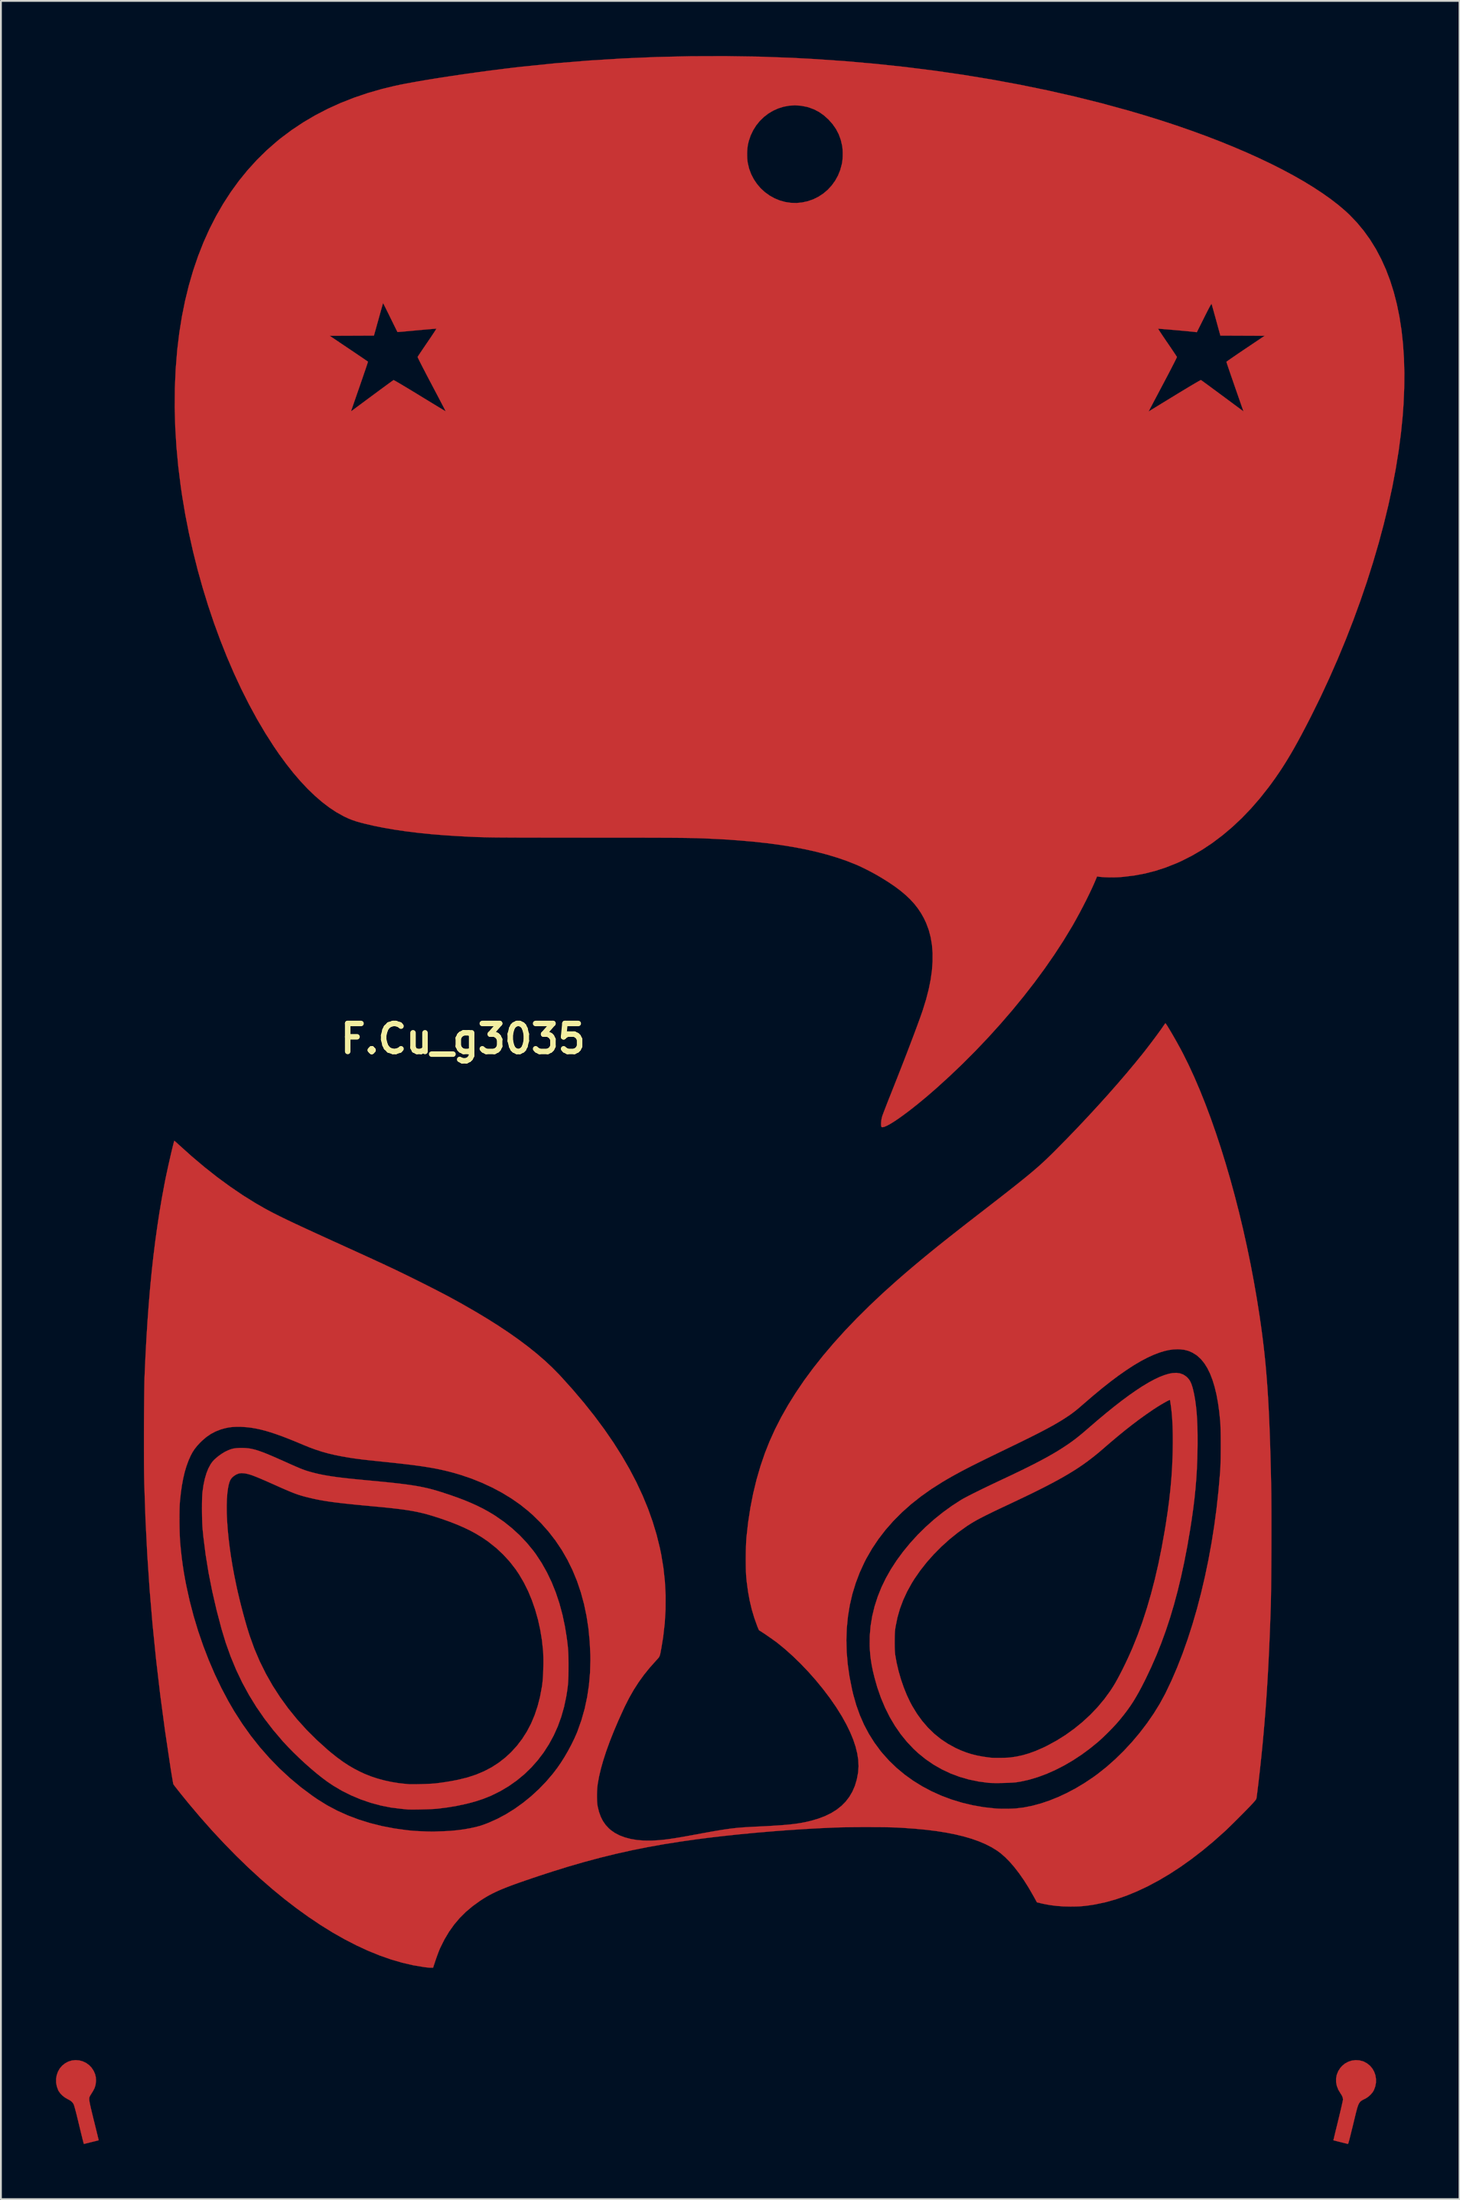
<source format=kicad_pcb>
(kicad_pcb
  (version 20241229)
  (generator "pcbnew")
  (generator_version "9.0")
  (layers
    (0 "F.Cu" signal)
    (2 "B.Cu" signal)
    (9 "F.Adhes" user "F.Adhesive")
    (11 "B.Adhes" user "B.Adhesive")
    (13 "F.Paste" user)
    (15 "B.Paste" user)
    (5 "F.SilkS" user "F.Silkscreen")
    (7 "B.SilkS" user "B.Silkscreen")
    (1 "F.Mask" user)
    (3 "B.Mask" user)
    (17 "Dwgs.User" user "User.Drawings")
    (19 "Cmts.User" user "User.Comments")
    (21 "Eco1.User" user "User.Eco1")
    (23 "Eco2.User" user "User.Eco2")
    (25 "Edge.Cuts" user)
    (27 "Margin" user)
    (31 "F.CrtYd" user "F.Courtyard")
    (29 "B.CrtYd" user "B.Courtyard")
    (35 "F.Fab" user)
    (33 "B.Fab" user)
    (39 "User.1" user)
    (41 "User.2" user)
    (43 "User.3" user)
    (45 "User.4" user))
  (footprint "F.Cu_g3035"
    (layer "F.Cu")
    (at 22.161 53.515)
    (property "Reference" "F.Cu_g3035" (at 0 0 0) (layer "F.SilkS") (effects (font (size 1.524 1.524) (thickness 0.3))))
    (attr through_hole)
    (fp_poly (pts (xy 48.801 55.624) (xy 48.999 55.674) (xy 49.05 55.693) (xy 49.234 55.793) (xy 49.391 55.921) (xy 49.52 56.074) (xy 49.618 56.248) (xy 49.684 56.437) (xy 49.716 56.637) (xy 49.714 56.843) (xy 49.675 57.052) (xy 49.6 57.252) (xy 49.528 57.37) (xy 49.427 57.488) (xy 49.306 57.598) (xy 49.177 57.687) (xy 49.117 57.719) (xy 49.03 57.761) (xy 48.958 57.801) (xy 48.897 57.843) (xy 48.847 57.891) (xy 48.803 57.95) (xy 48.764 58.025) (xy 48.727 58.119) (xy 48.689 58.238) (xy 48.649 58.386) (xy 48.604 58.567) (xy 48.566 58.723) (xy 48.497 59.008) (xy 48.437 59.255) (xy 48.385 59.466) (xy 48.341 59.644) (xy 48.304 59.791) (xy 48.274 59.909) (xy 48.249 60.002) (xy 48.229 60.072) (xy 48.214 60.122) (xy 48.202 60.154) (xy 48.193 60.171) (xy 48.187 60.175) (xy 48.16 60.169) (xy 48.099 60.155) (xy 48.011 60.133) (xy 47.903 60.106) (xy 47.784 60.076) (xy 47.663 60.046) (xy 47.558 60.019) (xy 47.475 59.998) (xy 47.42 59.983) (xy 47.399 59.977) (xy 47.403 59.957) (xy 47.416 59.899) (xy 47.438 59.808) (xy 47.467 59.687) (xy 47.502 59.541) (xy 47.543 59.372) (xy 47.589 59.185) (xy 47.638 58.984) (xy 47.658 58.901) (xy 47.709 58.692) (xy 47.756 58.494) (xy 47.8 58.31) (xy 47.838 58.146) (xy 47.87 58.004) (xy 47.895 57.89) (xy 47.913 57.807) (xy 47.921 57.759) (xy 47.921 57.752) (xy 47.904 57.646) (xy 47.851 57.527) (xy 47.785 57.424) (xy 47.665 57.225) (xy 47.585 57.021) (xy 47.545 56.815) (xy 47.544 56.61) (xy 47.582 56.409) (xy 47.659 56.217) (xy 47.775 56.037) (xy 47.868 55.931) (xy 48.026 55.8) (xy 48.204 55.703) (xy 48.397 55.64) (xy 48.598 55.613) (xy 48.801 55.624)) (stroke (width 0.01) (type solid)) (fill yes) (layer "F.Cu"))
    (fp_poly (pts (xy -20.897 55.628) (xy -20.706 55.68) (xy -20.526 55.765) (xy -20.363 55.881) (xy -20.223 56.027) (xy -20.11 56.2) (xy -20.102 56.216) (xy -20.033 56.379) (xy -19.995 56.539) (xy -19.984 56.71) (xy -19.987 56.79) (xy -20.011 56.973) (xy -20.064 57.14) (xy -20.151 57.306) (xy -20.16 57.32) (xy -20.229 57.43) (xy -20.279 57.512) (xy -20.314 57.571) (xy -20.335 57.616) (xy -20.346 57.653) (xy -20.35 57.69) (xy -20.351 57.733) (xy -20.35 57.764) (xy -20.347 57.81) (xy -20.337 57.878) (xy -20.32 57.969) (xy -20.295 58.087) (xy -20.262 58.233) (xy -20.22 58.412) (xy -20.168 58.625) (xy -20.107 58.876) (xy -20.091 58.937) (xy -20.041 59.139) (xy -19.995 59.328) (xy -19.952 59.501) (xy -19.915 59.653) (xy -19.884 59.78) (xy -19.861 59.878) (xy -19.845 59.945) (xy -19.839 59.975) (xy -19.839 59.976) (xy -19.86 59.982) (xy -19.914 59.996) (xy -19.994 60.017) (xy -20.092 60.041) (xy -20.201 60.068) (xy -20.312 60.096) (xy -20.418 60.123) (xy -20.512 60.146) (xy -20.586 60.164) (xy -20.632 60.174) (xy -20.643 60.177) (xy -20.65 60.158) (xy -20.665 60.105) (xy -20.686 60.025) (xy -20.712 59.927) (xy -20.719 59.896) (xy -20.741 59.808) (xy -20.771 59.685) (xy -20.808 59.536) (xy -20.849 59.367) (xy -20.893 59.186) (xy -20.938 58.999) (xy -20.968 58.875) (xy -21.011 58.7) (xy -21.052 58.533) (xy -21.092 58.381) (xy -21.127 58.249) (xy -21.157 58.143) (xy -21.18 58.068) (xy -21.193 58.032) (xy -21.243 57.944) (xy -21.312 57.869) (xy -21.408 57.799) (xy -21.537 57.73) (xy -21.544 57.726) (xy -21.684 57.644) (xy -21.817 57.538) (xy -21.932 57.418) (xy -22.02 57.294) (xy -22.041 57.252) (xy -22.117 57.046) (xy -22.155 56.838) (xy -22.156 56.631) (xy -22.122 56.431) (xy -22.055 56.243) (xy -21.957 56.07) (xy -21.828 55.917) (xy -21.67 55.79) (xy -21.491 55.693) (xy -21.295 55.633) (xy -21.096 55.612) (xy -20.897 55.628)) (stroke (width 0.01) (type solid)) (fill yes) (layer "F.Cu"))
    (fp_poly (pts (xy 39.041 18.217) (xy 39.218 18.281) (xy 39.378 18.385) (xy 39.45 18.45) (xy 39.533 18.546) (xy 39.603 18.658) (xy 39.664 18.793) (xy 39.719 18.959) (xy 39.75 19.074) (xy 39.814 19.356) (xy 39.868 19.659) (xy 39.912 19.985) (xy 39.948 20.337) (xy 39.974 20.718) (xy 39.992 21.131) (xy 40 21.578) (xy 40.001 22.063) (xy 39.998 22.278) (xy 39.986 22.851) (xy 39.964 23.405) (xy 39.931 23.949) (xy 39.887 24.49) (xy 39.831 25.038) (xy 39.762 25.6) (xy 39.68 26.186) (xy 39.591 26.755) (xy 39.44 27.636) (xy 39.277 28.479) (xy 39.103 29.286) (xy 38.916 30.062) (xy 38.716 30.808) (xy 38.502 31.528) (xy 38.272 32.224) (xy 38.026 32.901) (xy 37.763 33.559) (xy 37.482 34.203) (xy 37.182 34.836) (xy 37.128 34.946) (xy 36.96 35.275) (xy 36.802 35.57) (xy 36.649 35.839) (xy 36.497 36.09) (xy 36.34 36.328) (xy 36.174 36.561) (xy 35.995 36.797) (xy 35.799 37.041) (xy 35.719 37.137) (xy 35.594 37.281) (xy 35.444 37.444) (xy 35.277 37.618) (xy 35.102 37.796) (xy 34.925 37.968) (xy 34.756 38.128) (xy 34.601 38.267) (xy 34.576 38.289) (xy 34.133 38.65) (xy 33.677 38.985) (xy 33.211 39.291) (xy 32.738 39.567) (xy 32.261 39.811) (xy 31.784 40.023) (xy 31.31 40.199) (xy 30.841 40.34) (xy 30.382 40.443) (xy 30.141 40.482) (xy 30.036 40.493) (xy 29.896 40.503) (xy 29.732 40.512) (xy 29.55 40.518) (xy 29.361 40.523) (xy 29.173 40.526) (xy 28.994 40.526) (xy 28.832 40.524) (xy 28.697 40.519) (xy 28.613 40.513) (xy 28.068 40.441) (xy 27.541 40.331) (xy 27.031 40.183) (xy 26.541 39.999) (xy 26.071 39.777) (xy 25.621 39.52) (xy 25.194 39.227) (xy 24.79 38.899) (xy 24.546 38.673) (xy 24.178 38.285) (xy 23.837 37.865) (xy 23.525 37.414) (xy 23.24 36.933) (xy 22.985 36.422) (xy 22.758 35.883) (xy 22.56 35.315) (xy 22.407 34.773) (xy 22.324 34.432) (xy 22.26 34.117) (xy 22.211 33.818) (xy 22.176 33.522) (xy 22.154 33.22) (xy 22.147 33.052) (xy 22.148 32.911) (xy 23.506 32.911) (xy 23.508 33.088) (xy 23.513 33.253) (xy 23.521 33.397) (xy 23.531 33.51) (xy 23.534 33.539) (xy 23.614 33.983) (xy 23.72 34.434) (xy 23.849 34.881) (xy 24 35.318) (xy 24.168 35.735) (xy 24.352 36.124) (xy 24.458 36.322) (xy 24.721 36.753) (xy 25.009 37.149) (xy 25.321 37.51) (xy 25.657 37.837) (xy 26.018 38.13) (xy 26.404 38.388) (xy 26.808 38.609) (xy 27.102 38.744) (xy 27.392 38.857) (xy 27.688 38.951) (xy 27.998 39.028) (xy 28.33 39.09) (xy 28.695 39.14) (xy 28.734 39.145) (xy 28.805 39.15) (xy 28.91 39.153) (xy 29.038 39.155) (xy 29.181 39.155) (xy 29.329 39.153) (xy 29.473 39.151) (xy 29.603 39.146) (xy 29.71 39.141) (xy 29.763 39.137) (xy 30.116 39.088) (xy 30.469 39.013) (xy 30.827 38.908) (xy 31.196 38.772) (xy 31.582 38.604) (xy 31.802 38.498) (xy 32.314 38.22) (xy 32.81 37.91) (xy 33.285 37.568) (xy 33.738 37.199) (xy 34.165 36.804) (xy 34.562 36.388) (xy 34.926 35.952) (xy 35.255 35.499) (xy 35.418 35.247) (xy 35.531 35.058) (xy 35.654 34.836) (xy 35.786 34.587) (xy 35.923 34.319) (xy 36.061 34.037) (xy 36.197 33.75) (xy 36.327 33.463) (xy 36.45 33.183) (xy 36.466 33.146) (xy 36.741 32.46) (xy 37 31.746) (xy 37.241 31.004) (xy 37.466 30.23) (xy 37.675 29.424) (xy 37.869 28.584) (xy 38.047 27.708) (xy 38.211 26.794) (xy 38.27 26.437) (xy 38.372 25.757) (xy 38.458 25.108) (xy 38.527 24.482) (xy 38.58 23.873) (xy 38.618 23.271) (xy 38.642 22.671) (xy 38.647 22.479) (xy 38.654 21.979) (xy 38.652 21.52) (xy 38.641 21.097) (xy 38.621 20.711) (xy 38.593 20.359) (xy 38.556 20.039) (xy 38.543 19.952) (xy 38.528 19.849) (xy 38.515 19.763) (xy 38.506 19.701) (xy 38.502 19.671) (xy 38.502 19.67) (xy 38.485 19.667) (xy 38.437 19.684) (xy 38.362 19.72) (xy 38.265 19.771) (xy 38.151 19.836) (xy 38.022 19.912) (xy 37.885 19.995) (xy 37.742 20.085) (xy 37.599 20.178) (xy 37.571 20.197) (xy 37.209 20.446) (xy 36.842 20.709) (xy 36.467 20.992) (xy 36.08 21.295) (xy 35.677 21.623) (xy 35.254 21.979) (xy 34.872 22.309) (xy 34.65 22.499) (xy 34.429 22.681) (xy 34.207 22.856) (xy 33.981 23.026) (xy 33.75 23.192) (xy 33.509 23.356) (xy 33.256 23.518) (xy 32.989 23.682) (xy 32.706 23.848) (xy 32.403 24.018) (xy 32.077 24.193) (xy 31.727 24.376) (xy 31.35 24.567) (xy 30.943 24.768) (xy 30.503 24.98) (xy 30.027 25.206) (xy 29.75 25.337) (xy 29.428 25.488) (xy 29.141 25.624) (xy 28.886 25.746) (xy 28.661 25.856) (xy 28.46 25.955) (xy 28.283 26.045) (xy 28.124 26.128) (xy 27.981 26.205) (xy 27.851 26.279) (xy 27.73 26.35) (xy 27.615 26.421) (xy 27.503 26.493) (xy 27.432 26.54) (xy 26.954 26.882) (xy 26.493 27.253) (xy 26.053 27.65) (xy 25.638 28.069) (xy 25.251 28.504) (xy 24.897 28.954) (xy 24.579 29.413) (xy 24.442 29.633) (xy 24.185 30.097) (xy 23.97 30.562) (xy 23.794 31.032) (xy 23.657 31.511) (xy 23.557 32.001) (xy 23.534 32.152) (xy 23.523 32.257) (xy 23.515 32.395) (xy 23.51 32.555) (xy 23.507 32.73) (xy 23.506 32.911) (xy 22.148 32.911) (xy 22.151 32.514) (xy 22.196 31.977) (xy 22.284 31.441) (xy 22.413 30.907) (xy 22.584 30.375) (xy 22.788 29.866) (xy 23.026 29.373) (xy 23.304 28.882) (xy 23.619 28.398) (xy 23.969 27.923) (xy 24.35 27.459) (xy 24.76 27.01) (xy 25.197 26.579) (xy 25.658 26.168) (xy 26.14 25.781) (xy 26.64 25.42) (xy 27.119 25.111) (xy 27.222 25.051) (xy 27.36 24.976) (xy 27.532 24.886) (xy 27.733 24.783) (xy 27.962 24.669) (xy 28.216 24.544) (xy 28.491 24.41) (xy 28.785 24.269) (xy 29.095 24.122) (xy 29.326 24.013) (xy 29.769 23.805) (xy 30.176 23.61) (xy 30.55 23.429) (xy 30.893 23.258) (xy 31.209 23.097) (xy 31.5 22.945) (xy 31.77 22.799) (xy 32.021 22.657) (xy 32.257 22.52) (xy 32.48 22.384) (xy 32.694 22.248) (xy 32.837 22.153) (xy 33.032 22.02) (xy 33.217 21.887) (xy 33.402 21.747) (xy 33.592 21.595) (xy 33.797 21.425) (xy 34.023 21.23) (xy 34.042 21.214) (xy 34.538 20.786) (xy 35.009 20.392) (xy 35.456 20.031) (xy 35.878 19.703) (xy 36.277 19.408) (xy 36.652 19.146) (xy 37.004 18.915) (xy 37.334 18.717) (xy 37.642 18.551) (xy 37.927 18.416) (xy 38.191 18.313) (xy 38.435 18.24) (xy 38.632 18.202) (xy 38.845 18.19) (xy 39.041 18.217)) (stroke (width 0.01) (type solid)) (fill yes) (layer "F.Cu"))
    (fp_poly (pts (xy -11.932 22.28) (xy -11.804 22.287) (xy -11.679 22.3) (xy -11.551 22.32) (xy -11.418 22.349) (xy -11.276 22.386) (xy -11.122 22.435) (xy -10.952 22.495) (xy -10.762 22.568) (xy -10.549 22.655) (xy -10.309 22.757) (xy -10.039 22.876) (xy -9.734 23.011) (xy -9.694 23.029) (xy -9.465 23.132) (xy -9.269 23.219) (xy -9.103 23.292) (xy -8.96 23.353) (xy -8.837 23.404) (xy -8.729 23.446) (xy -8.631 23.482) (xy -8.539 23.514) (xy -8.447 23.543) (xy -8.367 23.566) (xy -8.185 23.617) (xy -7.999 23.664) (xy -7.806 23.708) (xy -7.603 23.749) (xy -7.386 23.788) (xy -7.152 23.825) (xy -6.896 23.862) (xy -6.616 23.897) (xy -6.308 23.933) (xy -5.968 23.969) (xy -5.593 24.006) (xy -5.179 24.045) (xy -5.175 24.046) (xy -4.739 24.086) (xy -4.341 24.125) (xy -3.979 24.162) (xy -3.649 24.198) (xy -3.348 24.233) (xy -3.073 24.268) (xy -2.821 24.304) (xy -2.587 24.341) (xy -2.37 24.379) (xy -2.165 24.42) (xy -1.969 24.463) (xy -1.78 24.509) (xy -1.593 24.559) (xy -1.405 24.614) (xy -1.213 24.673) (xy -1.19 24.68) (xy -0.732 24.83) (xy -0.31 24.978) (xy 0.078 25.125) (xy 0.437 25.274) (xy 0.772 25.426) (xy 1.088 25.583) (xy 1.388 25.748) (xy 1.678 25.922) (xy 1.767 25.979) (xy 2.235 26.304) (xy 2.678 26.659) (xy 3.094 27.042) (xy 3.479 27.449) (xy 3.83 27.876) (xy 3.972 28.068) (xy 4.286 28.547) (xy 4.572 29.056) (xy 4.829 29.593) (xy 5.056 30.159) (xy 5.253 30.752) (xy 5.419 31.37) (xy 5.554 32.013) (xy 5.639 32.535) (xy 5.668 32.746) (xy 5.691 32.932) (xy 5.709 33.101) (xy 5.723 33.262) (xy 5.733 33.424) (xy 5.74 33.595) (xy 5.744 33.785) (xy 5.746 34.002) (xy 5.746 34.184) (xy 5.745 34.438) (xy 5.742 34.658) (xy 5.735 34.851) (xy 5.726 35.027) (xy 5.712 35.194) (xy 5.693 35.359) (xy 5.669 35.531) (xy 5.639 35.719) (xy 5.619 35.837) (xy 5.501 36.393) (xy 5.347 36.931) (xy 5.159 37.448) (xy 4.936 37.942) (xy 4.679 38.414) (xy 4.391 38.862) (xy 4.071 39.283) (xy 3.721 39.678) (xy 3.342 40.045) (xy 2.934 40.382) (xy 2.499 40.689) (xy 2.037 40.964) (xy 1.55 41.205) (xy 1.512 41.223) (xy 1.101 41.387) (xy 0.654 41.533) (xy 0.169 41.661) (xy -0.35 41.771) (xy -0.905 41.862) (xy -1.376 41.921) (xy -1.466 41.929) (xy -1.587 41.937) (xy -1.733 41.944) (xy -1.896 41.951) (xy -2.071 41.956) (xy -2.249 41.961) (xy -2.425 41.965) (xy -2.592 41.967) (xy -2.742 41.968) (xy -2.87 41.967) (xy -2.969 41.965) (xy -3.027 41.961) (xy -3.077 41.956) (xy -3.158 41.948) (xy -3.258 41.939) (xy -3.365 41.929) (xy -3.921 41.86) (xy -4.474 41.75) (xy -5.022 41.603) (xy -5.56 41.419) (xy -6.083 41.2) (xy -6.588 40.949) (xy -7.068 40.665) (xy -7.388 40.449) (xy -7.672 40.238) (xy -7.973 39.998) (xy -8.285 39.735) (xy -8.602 39.455) (xy -8.916 39.163) (xy -9.222 38.867) (xy -9.513 38.571) (xy -9.783 38.282) (xy -9.823 38.237) (xy -10.338 37.632) (xy -10.815 37.012) (xy -11.254 36.377) (xy -11.656 35.723) (xy -12.023 35.049) (xy -12.354 34.353) (xy -12.652 33.634) (xy -12.918 32.889) (xy -13.143 32.15) (xy -13.417 31.109) (xy -13.653 30.087) (xy -13.852 29.083) (xy -14.012 28.096) (xy -14.135 27.126) (xy -14.174 26.733) (xy -14.186 26.58) (xy -14.196 26.399) (xy -14.203 26.196) (xy -14.209 25.979) (xy -14.212 25.756) (xy -14.213 25.533) (xy -14.212 25.448) (xy -12.867 25.448) (xy -12.863 25.843) (xy -12.844 26.265) (xy -12.812 26.712) (xy -12.767 27.18) (xy -12.708 27.667) (xy -12.637 28.17) (xy -12.553 28.686) (xy -12.456 29.211) (xy -12.347 29.743) (xy -12.274 30.078) (xy -12.181 30.474) (xy -12.082 30.874) (xy -11.978 31.27) (xy -11.873 31.653) (xy -11.769 32.015) (xy -11.666 32.348) (xy -11.611 32.518) (xy -11.357 33.222) (xy -11.064 33.908) (xy -10.732 34.576) (xy -10.363 35.226) (xy -9.956 35.856) (xy -9.512 36.468) (xy -9.031 37.06) (xy -8.514 37.633) (xy -7.959 38.184) (xy -7.369 38.716) (xy -7.197 38.861) (xy -6.863 39.128) (xy -6.542 39.363) (xy -6.224 39.571) (xy -5.903 39.758) (xy -5.569 39.928) (xy -5.346 40.03) (xy -5.015 40.162) (xy -4.655 40.281) (xy -4.276 40.384) (xy -3.892 40.467) (xy -3.512 40.529) (xy -3.291 40.555) (xy -3.187 40.565) (xy -3.088 40.574) (xy -3.01 40.582) (xy -2.974 40.585) (xy -2.903 40.589) (xy -2.797 40.591) (xy -2.663 40.591) (xy -2.509 40.589) (xy -2.343 40.585) (xy -2.171 40.581) (xy -2 40.575) (xy -1.839 40.568) (xy -1.694 40.56) (xy -1.574 40.552) (xy -1.503 40.545) (xy -1.227 40.511) (xy -0.927 40.467) (xy -0.618 40.415) (xy -0.317 40.357) (xy -0.245 40.342) (xy 0.248 40.22) (xy 0.713 40.067) (xy 1.15 39.883) (xy 1.56 39.668) (xy 1.945 39.42) (xy 2.305 39.139) (xy 2.614 38.852) (xy 2.936 38.501) (xy 3.225 38.122) (xy 3.483 37.717) (xy 3.709 37.284) (xy 3.903 36.824) (xy 4.066 36.336) (xy 4.198 35.82) (xy 4.299 35.276) (xy 4.32 35.126) (xy 4.338 34.964) (xy 4.353 34.769) (xy 4.365 34.55) (xy 4.373 34.318) (xy 4.378 34.08) (xy 4.379 33.848) (xy 4.376 33.63) (xy 4.369 33.435) (xy 4.362 33.325) (xy 4.3 32.744) (xy 4.206 32.174) (xy 4.083 31.618) (xy 3.93 31.079) (xy 3.75 30.561) (xy 3.544 30.066) (xy 3.311 29.599) (xy 3.054 29.162) (xy 2.873 28.892) (xy 2.552 28.479) (xy 2.197 28.09) (xy 1.813 27.73) (xy 1.4 27.4) (xy 1.306 27.332) (xy 1.015 27.135) (xy 0.711 26.951) (xy 0.392 26.777) (xy 0.05 26.613) (xy -0.317 26.454) (xy -0.716 26.298) (xy -1.151 26.144) (xy -1.27 26.104) (xy -1.496 26.031) (xy -1.71 25.964) (xy -1.916 25.904) (xy -2.118 25.85) (xy -2.319 25.801) (xy -2.525 25.756) (xy -2.739 25.715) (xy -2.965 25.676) (xy -3.207 25.64) (xy -3.47 25.605) (xy -3.758 25.571) (xy -4.074 25.536) (xy -4.423 25.501) (xy -4.809 25.465) (xy -4.932 25.453) (xy -5.351 25.414) (xy -5.73 25.378) (xy -6.075 25.343) (xy -6.387 25.31) (xy -6.67 25.278) (xy -6.928 25.247) (xy -7.164 25.216) (xy -7.38 25.185) (xy -7.582 25.152) (xy -7.771 25.119) (xy -7.951 25.084) (xy -8.126 25.047) (xy -8.299 25.007) (xy -8.435 24.974) (xy -8.579 24.938) (xy -8.71 24.903) (xy -8.833 24.867) (xy -8.953 24.83) (xy -9.074 24.788) (xy -9.203 24.74) (xy -9.343 24.685) (xy -9.5 24.62) (xy -9.678 24.544) (xy -9.883 24.455) (xy -10.118 24.35) (xy -10.246 24.293) (xy -10.515 24.173) (xy -10.748 24.07) (xy -10.951 23.983) (xy -11.126 23.909) (xy -11.277 23.847) (xy -11.407 23.797) (xy -11.52 23.756) (xy -11.62 23.724) (xy -11.709 23.699) (xy -11.793 23.68) (xy -11.873 23.665) (xy -11.897 23.662) (xy -12.055 23.649) (xy -12.193 23.665) (xy -12.325 23.714) (xy -12.419 23.768) (xy -12.521 23.843) (xy -12.603 23.925) (xy -12.667 24.021) (xy -12.717 24.139) (xy -12.759 24.285) (xy -12.793 24.46) (xy -12.833 24.754) (xy -12.857 25.084) (xy -12.867 25.448) (xy -14.212 25.448) (xy -14.212 25.317) (xy -14.208 25.115) (xy -14.202 24.936) (xy -14.194 24.785) (xy -14.185 24.68) (xy -14.131 24.303) (xy -14.059 23.963) (xy -13.97 23.659) (xy -13.864 23.393) (xy -13.741 23.165) (xy -13.636 23.018) (xy -13.545 22.92) (xy -13.426 22.812) (xy -13.289 22.703) (xy -13.145 22.601) (xy -13.003 22.513) (xy -12.926 22.471) (xy -12.773 22.4) (xy -12.636 22.348) (xy -12.502 22.312) (xy -12.36 22.291) (xy -12.197 22.28) (xy -12.065 22.279) (xy -11.932 22.28)) (stroke (width 0.01) (type solid)) (fill yes) (layer "F.Cu"))
    (fp_poly (pts (xy 16.112 -53.481) (xy 17.935 -53.415) (xy 19.166 -53.349) (xy 20.81 -53.235) (xy 22.44 -53.092) (xy 24.056 -52.92) (xy 25.655 -52.72) (xy 27.236 -52.491) (xy 28.796 -52.235) (xy 30.333 -51.951) (xy 31.845 -51.64) (xy 33.331 -51.303) (xy 34.789 -50.939) (xy 36.216 -50.549) (xy 37.126 -50.281) (xy 37.981 -50.016) (xy 38.816 -49.742) (xy 39.63 -49.46) (xy 40.421 -49.172) (xy 41.188 -48.877) (xy 41.931 -48.576) (xy 42.646 -48.271) (xy 43.334 -47.961) (xy 43.993 -47.647) (xy 44.621 -47.33) (xy 45.217 -47.01) (xy 45.78 -46.689) (xy 46.308 -46.366) (xy 46.8 -46.043) (xy 47.255 -45.721) (xy 47.671 -45.399) (xy 48.048 -45.078) (xy 48.278 -44.863) (xy 48.68 -44.443) (xy 49.054 -43.992) (xy 49.399 -43.511) (xy 49.715 -42.999) (xy 50.001 -42.457) (xy 50.259 -41.885) (xy 50.487 -41.283) (xy 50.686 -40.652) (xy 50.855 -39.991) (xy 50.995 -39.302) (xy 51.106 -38.583) (xy 51.187 -37.836) (xy 51.239 -37.06) (xy 51.261 -36.256) (xy 51.253 -35.424) (xy 51.216 -34.564) (xy 51.169 -33.909) (xy 51.076 -32.978) (xy 50.951 -32.023) (xy 50.793 -31.047) (xy 50.605 -30.052) (xy 50.386 -29.042) (xy 50.137 -28.018) (xy 49.86 -26.983) (xy 49.554 -25.94) (xy 49.222 -24.891) (xy 48.862 -23.838) (xy 48.477 -22.784) (xy 48.067 -21.731) (xy 47.633 -20.683) (xy 47.175 -19.641) (xy 46.695 -18.607) (xy 46.192 -17.586) (xy 46.124 -17.452) (xy 45.885 -16.988) (xy 45.659 -16.558) (xy 45.444 -16.161) (xy 45.237 -15.79) (xy 45.035 -15.443) (xy 44.837 -15.115) (xy 44.64 -14.802) (xy 44.441 -14.501) (xy 44.238 -14.206) (xy 44.029 -13.915) (xy 43.866 -13.695) (xy 43.397 -13.101) (xy 42.912 -12.542) (xy 42.41 -12.019) (xy 41.893 -11.533) (xy 41.362 -11.084) (xy 40.817 -10.673) (xy 40.26 -10.301) (xy 39.691 -9.969) (xy 39.111 -9.676) (xy 38.825 -9.549) (xy 38.257 -9.325) (xy 37.692 -9.142) (xy 37.122 -8.997) (xy 36.544 -8.89) (xy 35.951 -8.818) (xy 35.772 -8.804) (xy 35.597 -8.795) (xy 35.404 -8.79) (xy 35.206 -8.791) (xy 35.013 -8.796) (xy 34.836 -8.805) (xy 34.686 -8.818) (xy 34.647 -8.823) (xy 34.527 -8.84) (xy 34.479 -8.722) (xy 34.368 -8.46) (xy 34.236 -8.169) (xy 34.087 -7.856) (xy 33.925 -7.528) (xy 33.753 -7.191) (xy 33.574 -6.852) (xy 33.392 -6.519) (xy 33.211 -6.196) (xy 33.14 -6.075) (xy 32.689 -5.331) (xy 32.199 -4.58) (xy 31.674 -3.823) (xy 31.116 -3.065) (xy 30.527 -2.308) (xy 29.91 -1.555) (xy 29.267 -0.81) (xy 28.602 -0.075) (xy 27.917 0.646) (xy 27.215 1.351) (xy 26.497 2.036) (xy 25.767 2.699) (xy 25.625 2.823) (xy 25.334 3.075) (xy 25.05 3.314) (xy 24.774 3.541) (xy 24.508 3.753) (xy 24.254 3.95) (xy 24.013 4.13) (xy 23.789 4.292) (xy 23.582 4.435) (xy 23.394 4.557) (xy 23.228 4.657) (xy 23.084 4.733) (xy 22.965 4.785) (xy 22.873 4.812) (xy 22.81 4.811) (xy 22.796 4.805) (xy 22.777 4.771) (xy 22.767 4.704) (xy 22.766 4.613) (xy 22.773 4.507) (xy 22.788 4.394) (xy 22.811 4.283) (xy 22.825 4.232) (xy 22.842 4.18) (xy 22.874 4.092) (xy 22.919 3.973) (xy 22.975 3.827) (xy 23.04 3.659) (xy 23.112 3.472) (xy 23.192 3.27) (xy 23.276 3.059) (xy 23.348 2.878) (xy 23.5 2.494) (xy 23.653 2.107) (xy 23.805 1.72) (xy 23.955 1.337) (xy 24.101 0.96) (xy 24.242 0.593) (xy 24.377 0.239) (xy 24.505 -0.098) (xy 24.624 -0.415) (xy 24.733 -0.709) (xy 24.831 -0.976) (xy 24.917 -1.214) (xy 24.989 -1.419) (xy 25.039 -1.566) (xy 25.217 -2.14) (xy 25.359 -2.691) (xy 25.466 -3.219) (xy 25.537 -3.726) (xy 25.572 -4.21) (xy 25.573 -4.673) (xy 25.538 -5.114) (xy 25.467 -5.534) (xy 25.361 -5.934) (xy 25.219 -6.313) (xy 25.104 -6.556) (xy 24.951 -6.83) (xy 24.778 -7.09) (xy 24.583 -7.341) (xy 24.363 -7.583) (xy 24.115 -7.82) (xy 23.837 -8.054) (xy 23.526 -8.288) (xy 23.181 -8.523) (xy 22.797 -8.763) (xy 22.626 -8.864) (xy 22.428 -8.977) (xy 22.214 -9.093) (xy 21.993 -9.207) (xy 21.776 -9.315) (xy 21.575 -9.41) (xy 21.411 -9.483) (xy 20.911 -9.681) (xy 20.383 -9.863) (xy 19.826 -10.031) (xy 19.238 -10.184) (xy 18.618 -10.323) (xy 17.965 -10.447) (xy 17.279 -10.557) (xy 16.557 -10.653) (xy 15.798 -10.736) (xy 15.002 -10.805) (xy 14.168 -10.861) (xy 13.843 -10.879) (xy 13.693 -10.886) (xy 13.55 -10.893) (xy 13.412 -10.9) (xy 13.278 -10.906) (xy 13.145 -10.912) (xy 13.012 -10.917) (xy 12.876 -10.921) (xy 12.735 -10.926) (xy 12.589 -10.929) (xy 12.434 -10.933) (xy 12.269 -10.936) (xy 12.092 -10.939) (xy 11.902 -10.941) (xy 11.695 -10.943) (xy 11.47 -10.945) (xy 11.226 -10.947) (xy 10.961 -10.948) (xy 10.672 -10.949) (xy 10.357 -10.95) (xy 10.015 -10.951) (xy 9.644 -10.952) (xy 9.242 -10.952) (xy 8.806 -10.953) (xy 8.336 -10.953) (xy 7.828 -10.953) (xy 7.282 -10.953) (xy 6.795 -10.953) (xy 6.219 -10.954) (xy 5.684 -10.954) (xy 5.188 -10.954) (xy 4.728 -10.954) (xy 4.303 -10.954) (xy 3.91 -10.955) (xy 3.549 -10.955) (xy 3.216 -10.956) (xy 2.91 -10.957) (xy 2.629 -10.958) (xy 2.372 -10.96) (xy 2.135 -10.961) (xy 1.918 -10.963) (xy 1.718 -10.965) (xy 1.533 -10.968) (xy 1.363 -10.971) (xy 1.203 -10.974) (xy 1.054 -10.978) (xy 0.912 -10.982) (xy 0.775 -10.986) (xy 0.643 -10.991) (xy 0.513 -10.997) (xy 0.383 -11.002) (xy 0.251 -11.009) (xy 0.115 -11.016) (xy -0.027 -11.024) (xy -0.176 -11.032) (xy -0.307 -11.039) (xy -1.042 -11.087) (xy -1.753 -11.145) (xy -2.437 -11.215) (xy -3.093 -11.296) (xy -3.717 -11.387) (xy -4.308 -11.489) (xy -4.863 -11.6) (xy -5.38 -11.721) (xy -5.577 -11.772) (xy -5.811 -11.839) (xy -6.019 -11.909) (xy -6.216 -11.987) (xy -6.419 -12.08) (xy -6.52 -12.131) (xy -6.903 -12.345) (xy -7.289 -12.601) (xy -7.677 -12.897) (xy -8.066 -13.234) (xy -8.456 -13.61) (xy -8.846 -14.024) (xy -9.235 -14.477) (xy -9.622 -14.967) (xy -10.007 -15.493) (xy -10.298 -15.917) (xy -10.764 -16.646) (xy -11.216 -17.411) (xy -11.651 -18.212) (xy -12.07 -19.044) (xy -12.471 -19.906) (xy -12.853 -20.794) (xy -13.215 -21.706) (xy -13.557 -22.639) (xy -13.877 -23.59) (xy -14.174 -24.557) (xy -14.448 -25.538) (xy -14.697 -26.529) (xy -14.921 -27.527) (xy -15.119 -28.53) (xy -15.288 -29.536) (xy -15.365 -30.057) (xy -15.503 -31.159) (xy -15.604 -32.249) (xy -15.669 -33.326) (xy -15.691 -34.155) (xy 37.333 -34.155) (xy 37.383 -34.187) (xy 37.409 -34.203) (xy 37.468 -34.24) (xy 37.557 -34.294) (xy 37.674 -34.366) (xy 37.815 -34.452) (xy 37.978 -34.552) (xy 38.159 -34.663) (xy 38.356 -34.783) (xy 38.565 -34.911) (xy 38.784 -35.045) (xy 38.794 -35.051) (xy 39.012 -35.184) (xy 39.221 -35.31) (xy 39.417 -35.428) (xy 39.596 -35.536) (xy 39.757 -35.631) (xy 39.897 -35.713) (xy 40.012 -35.78) (xy 40.1 -35.829) (xy 40.157 -35.86) (xy 40.182 -35.871) (xy 40.182 -35.871) (xy 40.193 -35.865) (xy 40.216 -35.849) (xy 40.253 -35.823) (xy 40.305 -35.786) (xy 40.375 -35.735) (xy 40.463 -35.671) (xy 40.572 -35.591) (xy 40.702 -35.495) (xy 40.856 -35.381) (xy 41.036 -35.249) (xy 41.241 -35.097) (xy 41.476 -34.924) (xy 41.74 -34.728) (xy 42.035 -34.509) (xy 42.211 -34.379) (xy 42.501 -34.165) (xy 42.425 -34.381) (xy 42.291 -34.767) (xy 42.167 -35.123) (xy 42.053 -35.45) (xy 41.951 -35.745) (xy 41.86 -36.008) (xy 41.781 -36.237) (xy 41.714 -36.432) (xy 41.66 -36.592) (xy 41.618 -36.716) (xy 41.59 -36.802) (xy 41.575 -36.85) (xy 41.572 -36.86) (xy 41.589 -36.876) (xy 41.639 -36.913) (xy 41.717 -36.969) (xy 41.822 -37.042) (xy 41.949 -37.13) (xy 42.097 -37.231) (xy 42.261 -37.343) (xy 42.439 -37.464) (xy 42.614 -37.581) (xy 43.654 -38.28) (xy 41.243 -38.291) (xy 41.012 -39.132) (xy 40.962 -39.315) (xy 40.914 -39.486) (xy 40.871 -39.641) (xy 40.834 -39.775) (xy 40.804 -39.884) (xy 40.781 -39.963) (xy 40.768 -40.008) (xy 40.766 -40.016) (xy 40.758 -40.017) (xy 40.74 -39.997) (xy 40.711 -39.952) (xy 40.67 -39.88) (xy 40.617 -39.78) (xy 40.548 -39.648) (xy 40.464 -39.483) (xy 40.363 -39.282) (xy 40.356 -39.267) (xy 39.96 -38.476) (xy 39.861 -38.488) (xy 39.784 -38.497) (xy 39.677 -38.508) (xy 39.545 -38.521) (xy 39.394 -38.535) (xy 39.229 -38.551) (xy 39.053 -38.567) (xy 38.873 -38.583) (xy 38.694 -38.599) (xy 38.519 -38.614) (xy 38.354 -38.628) (xy 38.205 -38.64) (xy 38.076 -38.651) (xy 37.972 -38.659) (xy 37.898 -38.664) (xy 37.858 -38.665) (xy 37.854 -38.665) (xy 37.863 -38.646) (xy 37.893 -38.595) (xy 37.944 -38.517) (xy 38.011 -38.415) (xy 38.092 -38.293) (xy 38.186 -38.154) (xy 38.289 -38.002) (xy 38.355 -37.906) (xy 38.464 -37.747) (xy 38.565 -37.598) (xy 38.656 -37.463) (xy 38.735 -37.345) (xy 38.799 -37.249) (xy 38.845 -37.178) (xy 38.871 -37.136) (xy 38.876 -37.126) (xy 38.868 -37.103) (xy 38.841 -37.045) (xy 38.798 -36.956) (xy 38.739 -36.839) (xy 38.666 -36.696) (xy 38.582 -36.531) (xy 38.486 -36.347) (xy 38.382 -36.146) (xy 38.269 -35.932) (xy 38.162 -35.729) (xy 38.043 -35.504) (xy 37.928 -35.287) (xy 37.82 -35.082) (xy 37.72 -34.893) (xy 37.629 -34.722) (xy 37.551 -34.572) (xy 37.485 -34.448) (xy 37.435 -34.352) (xy 37.401 -34.287) (xy 37.386 -34.26) (xy 37.333 -34.155) (xy -15.691 -34.155) (xy -15.697 -34.387) (xy -15.689 -35.432) (xy -15.645 -36.458) (xy -15.564 -37.465) (xy -15.557 -37.539) (xy -15.467 -38.28) (xy -7.258 -38.28) (xy -6.22 -37.581) (xy -6.032 -37.455) (xy -5.855 -37.336) (xy -5.692 -37.225) (xy -5.546 -37.126) (xy -5.419 -37.04) (xy -5.316 -36.969) (xy -5.238 -36.916) (xy -5.19 -36.882) (xy -5.174 -36.871) (xy -5.18 -36.849) (xy -5.198 -36.791) (xy -5.228 -36.699) (xy -5.268 -36.578) (xy -5.318 -36.43) (xy -5.377 -36.259) (xy -5.442 -36.068) (xy -5.513 -35.861) (xy -5.589 -35.641) (xy -5.618 -35.558) (xy -5.696 -35.333) (xy -5.771 -35.118) (xy -5.84 -34.917) (xy -5.903 -34.735) (xy -5.959 -34.574) (xy -6.006 -34.437) (xy -6.043 -34.329) (xy -6.07 -34.253) (xy -6.083 -34.213) (xy -6.085 -34.208) (xy -6.09 -34.184) (xy -6.079 -34.18) (xy -6.049 -34.198) (xy -5.993 -34.239) (xy -5.977 -34.252) (xy -5.937 -34.281) (xy -5.867 -34.334) (xy -5.77 -34.406) (xy -5.649 -34.496) (xy -5.507 -34.601) (xy -5.349 -34.718) (xy -5.178 -34.845) (xy -4.996 -34.98) (xy -4.83 -35.102) (xy -4.646 -35.238) (xy -4.472 -35.367) (xy -4.311 -35.485) (xy -4.165 -35.592) (xy -4.038 -35.685) (xy -3.933 -35.761) (xy -3.853 -35.818) (xy -3.801 -35.855) (xy -3.78 -35.869) (xy -3.758 -35.86) (xy -3.703 -35.83) (xy -3.617 -35.782) (xy -3.504 -35.716) (xy -3.366 -35.635) (xy -3.206 -35.539) (xy -3.027 -35.432) (xy -2.831 -35.314) (xy -2.622 -35.187) (xy -2.402 -35.053) (xy -2.35 -35.021) (xy -2.128 -34.885) (xy -1.917 -34.757) (xy -1.719 -34.636) (xy -1.538 -34.526) (xy -1.375 -34.427) (xy -1.234 -34.342) (xy -1.118 -34.272) (xy -1.029 -34.218) (xy -0.969 -34.183) (xy -0.942 -34.168) (xy -0.941 -34.168) (xy -0.95 -34.187) (xy -0.977 -34.241) (xy -1.021 -34.326) (xy -1.08 -34.44) (xy -1.154 -34.581) (xy -1.239 -34.744) (xy -1.335 -34.928) (xy -1.441 -35.129) (xy -1.555 -35.345) (xy -1.675 -35.573) (xy -1.707 -35.634) (xy -1.829 -35.865) (xy -1.945 -36.085) (xy -2.052 -36.292) (xy -2.151 -36.483) (xy -2.24 -36.655) (xy -2.316 -36.804) (xy -2.378 -36.929) (xy -2.426 -37.026) (xy -2.457 -37.092) (xy -2.47 -37.124) (xy -2.47 -37.126) (xy -2.457 -37.15) (xy -2.422 -37.205) (xy -2.368 -37.287) (xy -2.298 -37.393) (xy -2.213 -37.518) (xy -2.118 -37.66) (xy -2.013 -37.814) (xy -1.95 -37.907) (xy -1.842 -38.065) (xy -1.742 -38.213) (xy -1.653 -38.346) (xy -1.577 -38.46) (xy -1.517 -38.553) (xy -1.474 -38.621) (xy -1.451 -38.659) (xy -1.449 -38.667) (xy -1.471 -38.667) (xy -1.532 -38.663) (xy -1.626 -38.656) (xy -1.751 -38.646) (xy -1.902 -38.633) (xy -2.074 -38.618) (xy -2.264 -38.601) (xy -2.469 -38.582) (xy -2.51 -38.578) (xy -2.717 -38.559) (xy -2.91 -38.541) (xy -3.085 -38.525) (xy -3.24 -38.511) (xy -3.37 -38.5) (xy -3.47 -38.492) (xy -3.537 -38.487) (xy -3.566 -38.485) (xy -3.567 -38.485) (xy -3.577 -38.505) (xy -3.604 -38.559) (xy -3.646 -38.643) (xy -3.7 -38.752) (xy -3.765 -38.884) (xy -3.839 -39.034) (xy -3.919 -39.198) (xy -3.96 -39.28) (xy -4.042 -39.449) (xy -4.12 -39.605) (xy -4.189 -39.745) (xy -4.248 -39.864) (xy -4.296 -39.959) (xy -4.33 -40.025) (xy -4.349 -40.059) (xy -4.352 -40.063) (xy -4.358 -40.042) (xy -4.375 -39.985) (xy -4.401 -39.896) (xy -4.434 -39.779) (xy -4.473 -39.64) (xy -4.517 -39.482) (xy -4.565 -39.31) (xy -4.572 -39.285) (xy -4.621 -39.106) (xy -4.669 -38.936) (xy -4.712 -38.78) (xy -4.75 -38.644) (xy -4.782 -38.532) (xy -4.805 -38.45) (xy -4.818 -38.403) (xy -4.818 -38.402) (xy -4.85 -38.291) (xy -6.054 -38.285) (xy -7.258 -38.28) (xy -15.467 -38.28) (xy -15.447 -38.447) (xy -15.305 -39.331) (xy -15.132 -40.19) (xy -14.928 -41.023) (xy -14.693 -41.831) (xy -14.427 -42.612) (xy -14.131 -43.366) (xy -13.805 -44.093) (xy -13.448 -44.792) (xy -13.062 -45.462) (xy -12.646 -46.105) (xy -12.201 -46.718) (xy -11.727 -47.301) (xy -11.224 -47.854) (xy -10.953 -48.12) (xy 15.473 -48.12) (xy 15.48 -47.923) (xy 15.498 -47.746) (xy 15.506 -47.697) (xy 15.581 -47.379) (xy 15.693 -47.079) (xy 15.838 -46.8) (xy 16.013 -46.542) (xy 16.215 -46.307) (xy 16.442 -46.099) (xy 16.691 -45.919) (xy 16.959 -45.769) (xy 17.243 -45.652) (xy 17.541 -45.568) (xy 17.849 -45.521) (xy 18.165 -45.512) (xy 18.457 -45.539) (xy 18.776 -45.608) (xy 19.079 -45.714) (xy 19.363 -45.856) (xy 19.627 -46.03) (xy 19.867 -46.235) (xy 20.081 -46.468) (xy 20.267 -46.726) (xy 20.422 -47.007) (xy 20.544 -47.309) (xy 20.63 -47.629) (xy 20.647 -47.718) (xy 20.666 -47.868) (xy 20.676 -48.044) (xy 20.678 -48.23) (xy 20.672 -48.411) (xy 20.657 -48.571) (xy 20.648 -48.626) (xy 20.572 -48.953) (xy 20.46 -49.258) (xy 20.311 -49.543) (xy 20.124 -49.811) (xy 19.899 -50.062) (xy 19.654 -50.283) (xy 19.397 -50.464) (xy 19.126 -50.607) (xy 18.837 -50.715) (xy 18.719 -50.748) (xy 18.398 -50.809) (xy 18.08 -50.829) (xy 17.767 -50.811) (xy 17.463 -50.755) (xy 17.171 -50.664) (xy 16.892 -50.54) (xy 16.63 -50.384) (xy 16.387 -50.197) (xy 16.166 -49.983) (xy 15.971 -49.743) (xy 15.803 -49.477) (xy 15.665 -49.189) (xy 15.56 -48.88) (xy 15.513 -48.677) (xy 15.49 -48.512) (xy 15.476 -48.322) (xy 15.473 -48.12) (xy -10.953 -48.12) (xy -10.692 -48.377) (xy -10.132 -48.868) (xy -9.92 -49.04) (xy -9.327 -49.484) (xy -8.705 -49.898) (xy -8.055 -50.281) (xy -7.377 -50.633) (xy -6.671 -50.954) (xy -5.938 -51.243) (xy -5.18 -51.5) (xy -4.396 -51.725) (xy -3.725 -51.887) (xy -3.454 -51.945) (xy -3.144 -52.006) (xy -2.8 -52.07) (xy -2.424 -52.137) (xy -2.021 -52.206) (xy -1.594 -52.276) (xy -1.146 -52.347) (xy -0.682 -52.418) (xy -0.205 -52.489) (xy 0.281 -52.559) (xy 0.773 -52.628) (xy 1.267 -52.695) (xy 1.759 -52.759) (xy 2.246 -52.82) (xy 2.725 -52.878) (xy 3.19 -52.932) (xy 3.228 -52.936) (xy 5.05 -53.121) (xy 6.885 -53.27) (xy 8.731 -53.384) (xy 10.581 -53.462) (xy 12.431 -53.504) (xy 14.276 -53.51) (xy 16.112 -53.481)) (stroke (width 0.01) (type solid)) (fill yes) (layer "F.Cu"))
    (fp_poly (pts (xy 38.267 -0.829) (xy 38.303 -0.778) (xy 38.355 -0.699) (xy 38.419 -0.594) (xy 38.495 -0.469) (xy 38.579 -0.327) (xy 38.669 -0.173) (xy 38.762 -0.01) (xy 38.857 0.158) (xy 38.95 0.326) (xy 39.041 0.49) (xy 39.125 0.647) (xy 39.201 0.792) (xy 39.202 0.794) (xy 39.514 1.422) (xy 39.822 2.09) (xy 40.124 2.795) (xy 40.42 3.534) (xy 40.71 4.306) (xy 40.991 5.106) (xy 41.265 5.934) (xy 41.529 6.786) (xy 41.784 7.659) (xy 42.028 8.552) (xy 42.261 9.461) (xy 42.482 10.385) (xy 42.69 11.32) (xy 42.885 12.264) (xy 43.065 13.214) (xy 43.231 14.168) (xy 43.381 15.123) (xy 43.453 15.621) (xy 43.509 16.036) (xy 43.562 16.447) (xy 43.611 16.859) (xy 43.656 17.272) (xy 43.698 17.691) (xy 43.736 18.119) (xy 43.772 18.557) (xy 43.805 19.009) (xy 43.835 19.477) (xy 43.863 19.965) (xy 43.889 20.475) (xy 43.912 21.01) (xy 43.934 21.573) (xy 43.954 22.166) (xy 43.972 22.793) (xy 43.989 23.456) (xy 44.005 24.158) (xy 44.008 24.299) (xy 44.011 24.508) (xy 44.015 24.753) (xy 44.017 25.028) (xy 44.019 25.331) (xy 44.021 25.657) (xy 44.022 26.003) (xy 44.022 26.365) (xy 44.022 26.738) (xy 44.022 27.12) (xy 44.021 27.506) (xy 44.02 27.891) (xy 44.018 28.274) (xy 44.016 28.649) (xy 44.013 29.012) (xy 44.011 29.361) (xy 44.007 29.69) (xy 44.004 29.996) (xy 44 30.275) (xy 43.995 30.524) (xy 43.991 30.738) (xy 43.986 30.914) (xy 43.986 30.914) (xy 43.958 31.722) (xy 43.929 32.492) (xy 43.897 33.229) (xy 43.863 33.936) (xy 43.827 34.617) (xy 43.787 35.277) (xy 43.745 35.921) (xy 43.699 36.551) (xy 43.65 37.173) (xy 43.597 37.791) (xy 43.54 38.409) (xy 43.496 38.851) (xy 43.474 39.071) (xy 43.449 39.306) (xy 43.423 39.55) (xy 43.396 39.799) (xy 43.368 40.047) (xy 43.34 40.289) (xy 43.314 40.52) (xy 43.288 40.736) (xy 43.264 40.93) (xy 43.243 41.099) (xy 43.225 41.236) (xy 43.211 41.336) (xy 43.209 41.346) (xy 43.201 41.378) (xy 43.183 41.415) (xy 43.152 41.461) (xy 43.103 41.52) (xy 43.034 41.598) (xy 42.94 41.699) (xy 42.895 41.748) (xy 42.791 41.857) (xy 42.665 41.986) (xy 42.523 42.131) (xy 42.37 42.285) (xy 42.211 42.445) (xy 42.051 42.604) (xy 41.896 42.757) (xy 41.751 42.899) (xy 41.621 43.025) (xy 41.512 43.129) (xy 41.454 43.182) (xy 40.859 43.712) (xy 40.262 44.207) (xy 39.665 44.667) (xy 39.068 45.092) (xy 38.473 45.48) (xy 37.88 45.831) (xy 37.292 46.145) (xy 36.708 46.42) (xy 36.13 46.658) (xy 35.559 46.855) (xy 34.996 47.014) (xy 34.442 47.131) (xy 34.353 47.147) (xy 34.118 47.183) (xy 33.908 47.211) (xy 33.71 47.231) (xy 33.51 47.243) (xy 33.294 47.249) (xy 33.062 47.251) (xy 32.672 47.242) (xy 32.307 47.215) (xy 31.954 47.169) (xy 31.6 47.102) (xy 31.455 47.069) (xy 31.254 47.021) (xy 31.056 46.663) (xy 30.805 46.228) (xy 30.551 45.825) (xy 30.295 45.457) (xy 30.039 45.124) (xy 29.784 44.827) (xy 29.531 44.569) (xy 29.28 44.35) (xy 29.073 44.199) (xy 28.776 44.017) (xy 28.449 43.85) (xy 28.09 43.698) (xy 27.698 43.559) (xy 27.274 43.435) (xy 26.816 43.324) (xy 26.322 43.226) (xy 25.792 43.142) (xy 25.225 43.071) (xy 24.62 43.013) (xy 23.976 42.967) (xy 23.601 42.947) (xy 23.442 42.941) (xy 23.247 42.936) (xy 23.021 42.931) (xy 22.771 42.928) (xy 22.502 42.926) (xy 22.22 42.925) (xy 21.932 42.925) (xy 21.642 42.925) (xy 21.357 42.927) (xy 21.083 42.93) (xy 20.826 42.933) (xy 20.591 42.938) (xy 20.385 42.944) (xy 20.309 42.946) (xy 19.465 42.983) (xy 18.596 43.031) (xy 17.711 43.089) (xy 16.82 43.157) (xy 15.929 43.233) (xy 15.049 43.317) (xy 14.187 43.409) (xy 13.353 43.507) (xy 12.753 43.584) (xy 11.816 43.717) (xy 10.912 43.861) (xy 10.032 44.019) (xy 9.17 44.192) (xy 8.318 44.382) (xy 7.468 44.591) (xy 6.614 44.819) (xy 5.748 45.07) (xy 4.862 45.345) (xy 4.138 45.581) (xy 3.751 45.711) (xy 3.402 45.83) (xy 3.086 45.94) (xy 2.802 46.041) (xy 2.546 46.136) (xy 2.315 46.226) (xy 2.105 46.311) (xy 1.914 46.394) (xy 1.738 46.475) (xy 1.574 46.556) (xy 1.419 46.638) (xy 1.27 46.723) (xy 1.124 46.812) (xy 0.978 46.906) (xy 0.931 46.937) (xy 0.527 47.228) (xy 0.158 47.539) (xy -0.178 47.873) (xy -0.483 48.233) (xy -0.759 48.621) (xy -1.009 49.04) (xy -1.235 49.493) (xy -1.261 49.551) (xy -1.3 49.645) (xy -1.348 49.768) (xy -1.4 49.908) (xy -1.452 50.054) (xy -1.494 50.176) (xy -1.627 50.578) (xy -1.729 50.581) (xy -1.789 50.58) (xy -1.879 50.573) (xy -1.987 50.563) (xy -2.103 50.549) (xy -2.117 50.547) (xy -2.709 50.448) (xy -3.312 50.308) (xy -3.925 50.129) (xy -4.546 49.911) (xy -5.175 49.655) (xy -5.81 49.361) (xy -6.452 49.03) (xy -7.099 48.663) (xy -7.75 48.259) (xy -8.404 47.821) (xy -9.061 47.348) (xy -9.72 46.841) (xy -10.379 46.3) (xy -11.038 45.727) (xy -11.696 45.122) (xy -12.352 44.485) (xy -13.005 43.817) (xy -13.655 43.12) (xy -14.3 42.392) (xy -14.939 41.636) (xy -15.345 41.137) (xy -15.447 41.009) (xy -15.541 40.89) (xy -15.624 40.785) (xy -15.691 40.698) (xy -15.74 40.632) (xy -15.767 40.594) (xy -15.771 40.587) (xy -15.778 40.558) (xy -15.791 40.491) (xy -15.808 40.392) (xy -15.83 40.264) (xy -15.856 40.111) (xy -15.884 39.939) (xy -15.914 39.752) (xy -15.937 39.603) (xy -16.228 37.649) (xy -16.486 35.716) (xy -16.711 33.798) (xy -16.903 31.89) (xy -17.063 29.988) (xy -17.191 28.087) (xy -17.287 26.182) (xy -17.289 26.137) (xy -15.439 26.137) (xy -15.438 26.374) (xy -15.434 26.61) (xy -15.429 26.838) (xy -15.422 27.05) (xy -15.413 27.239) (xy -15.403 27.398) (xy -15.402 27.411) (xy -15.36 27.857) (xy -15.313 28.275) (xy -15.259 28.677) (xy -15.197 29.077) (xy -15.123 29.49) (xy -15.069 29.768) (xy -14.886 30.599) (xy -14.67 31.426) (xy -14.423 32.245) (xy -14.146 33.052) (xy -13.841 33.842) (xy -13.51 34.612) (xy -13.154 35.356) (xy -12.775 36.071) (xy -12.454 36.622) (xy -12.019 37.3) (xy -11.554 37.952) (xy -11.06 38.575) (xy -10.538 39.169) (xy -9.991 39.731) (xy -9.418 40.261) (xy -8.822 40.758) (xy -8.203 41.219) (xy -7.916 41.416) (xy -7.397 41.738) (xy -6.85 42.028) (xy -6.276 42.287) (xy -5.676 42.514) (xy -5.051 42.708) (xy -4.402 42.87) (xy -3.73 42.999) (xy -3.036 43.094) (xy -2.815 43.117) (xy -2.695 43.127) (xy -2.548 43.137) (xy -2.383 43.146) (xy -2.209 43.153) (xy -2.035 43.16) (xy -1.87 43.165) (xy -1.723 43.167) (xy -1.602 43.168) (xy -1.535 43.166) (xy -1.461 43.163) (xy -1.356 43.159) (xy -1.233 43.155) (xy -1.101 43.151) (xy -1.037 43.149) (xy -0.68 43.13) (xy -0.318 43.095) (xy 0.039 43.048) (xy 0.383 42.988) (xy 0.703 42.918) (xy 0.953 42.85) (xy 1.045 42.819) (xy 1.161 42.778) (xy 1.285 42.732) (xy 1.397 42.688) (xy 1.877 42.473) (xy 2.351 42.219) (xy 2.817 41.928) (xy 3.27 41.603) (xy 3.708 41.248) (xy 4.126 40.864) (xy 4.521 40.456) (xy 4.889 40.025) (xy 5.129 39.711) (xy 5.329 39.423) (xy 5.528 39.108) (xy 5.721 38.775) (xy 5.902 38.437) (xy 6.065 38.103) (xy 6.205 37.785) (xy 6.235 37.708) (xy 6.45 37.102) (xy 6.626 36.481) (xy 6.762 35.845) (xy 6.86 35.193) (xy 6.919 34.525) (xy 6.939 33.841) (xy 6.936 33.539) (xy 6.901 32.812) (xy 6.832 32.107) (xy 6.728 31.426) (xy 6.589 30.768) (xy 6.416 30.134) (xy 6.209 29.523) (xy 5.967 28.936) (xy 5.691 28.374) (xy 5.382 27.836) (xy 5.038 27.323) (xy 4.66 26.835) (xy 4.249 26.372) (xy 3.805 25.935) (xy 3.542 25.703) (xy 3.105 25.355) (xy 2.632 25.026) (xy 2.129 24.72) (xy 1.599 24.437) (xy 1.044 24.179) (xy 0.47 23.948) (xy -0.121 23.747) (xy -0.541 23.624) (xy -0.764 23.566) (xy -0.986 23.511) (xy -1.211 23.46) (xy -1.442 23.412) (xy -1.684 23.367) (xy -1.939 23.324) (xy -2.212 23.281) (xy -2.507 23.24) (xy -2.826 23.198) (xy -3.175 23.156) (xy -3.556 23.113) (xy -3.974 23.068) (xy -4.244 23.04) (xy -4.557 23.007) (xy -4.832 22.978) (xy -5.074 22.952) (xy -5.287 22.929) (xy -5.476 22.907) (xy -5.644 22.886) (xy -5.797 22.866) (xy -5.938 22.847) (xy -6.072 22.827) (xy -6.202 22.806) (xy -6.618 22.734) (xy -7 22.657) (xy -7.357 22.572) (xy -7.698 22.476) (xy -8.032 22.367) (xy -8.368 22.244) (xy -8.689 22.113) (xy -9.104 21.939) (xy -9.486 21.785) (xy -9.838 21.649) (xy -10.163 21.532) (xy -10.464 21.432) (xy -10.744 21.348) (xy -11.008 21.279) (xy -11.257 21.225) (xy -11.497 21.183) (xy -11.728 21.154) (xy -11.956 21.136) (xy -12.086 21.13) (xy -12.338 21.128) (xy -12.56 21.139) (xy -12.766 21.165) (xy -12.966 21.207) (xy -13.172 21.266) (xy -13.203 21.276) (xy -13.477 21.383) (xy -13.732 21.518) (xy -13.974 21.684) (xy -14.209 21.886) (xy -14.331 22.006) (xy -14.485 22.175) (xy -14.616 22.341) (xy -14.729 22.514) (xy -14.831 22.706) (xy -14.93 22.927) (xy -14.954 22.987) (xy -15.062 23.282) (xy -15.156 23.601) (xy -15.237 23.948) (xy -15.307 24.326) (xy -15.365 24.738) (xy -15.413 25.187) (xy -15.413 25.188) (xy -15.423 25.323) (xy -15.43 25.492) (xy -15.435 25.689) (xy -15.438 25.906) (xy -15.439 26.137) (xy -17.289 26.137) (xy -17.353 24.268) (xy -17.359 24.035) (xy -17.363 23.843) (xy -17.366 23.617) (xy -17.369 23.362) (xy -17.371 23.08) (xy -17.372 22.776) (xy -17.373 22.454) (xy -17.373 22.118) (xy -17.373 21.772) (xy -17.373 21.421) (xy -17.372 21.068) (xy -17.37 20.718) (xy -17.368 20.374) (xy -17.365 20.04) (xy -17.362 19.722) (xy -17.359 19.422) (xy -17.355 19.145) (xy -17.351 18.894) (xy -17.347 18.675) (xy -17.342 18.491) (xy -17.338 18.373) (xy -17.292 17.337) (xy -17.239 16.341) (xy -17.179 15.381) (xy -17.111 14.455) (xy -17.036 13.56) (xy -16.952 12.694) (xy -16.86 11.854) (xy -16.759 11.038) (xy -16.649 10.242) (xy -16.531 9.464) (xy -16.402 8.702) (xy -16.264 7.953) (xy -16.222 7.736) (xy -16.192 7.587) (xy -16.157 7.418) (xy -16.117 7.236) (xy -16.076 7.043) (xy -16.032 6.846) (xy -15.987 6.647) (xy -15.943 6.452) (xy -15.9 6.265) (xy -15.859 6.091) (xy -15.821 5.933) (xy -15.787 5.797) (xy -15.759 5.686) (xy -15.737 5.606) (xy -15.723 5.56) (xy -15.719 5.552) (xy -15.702 5.563) (xy -15.66 5.599) (xy -15.598 5.654) (xy -15.522 5.723) (xy -15.482 5.761) (xy -14.785 6.387) (xy -14.088 6.976) (xy -13.392 7.526) (xy -12.697 8.036) (xy -12.006 8.507) (xy -11.318 8.937) (xy -10.848 9.208) (xy -10.716 9.281) (xy -10.58 9.354) (xy -10.439 9.429) (xy -10.291 9.506) (xy -10.132 9.586) (xy -9.962 9.671) (xy -9.778 9.762) (xy -9.576 9.859) (xy -9.357 9.964) (xy -9.116 10.078) (xy -8.852 10.201) (xy -8.562 10.335) (xy -8.245 10.481) (xy -7.898 10.641) (xy -7.519 10.814) (xy -7.106 11.003) (xy -6.682 11.195) (xy -6.259 11.388) (xy -5.872 11.564) (xy -5.517 11.726) (xy -5.191 11.875) (xy -4.892 12.012) (xy -4.616 12.14) (xy -4.36 12.258) (xy -4.122 12.37) (xy -3.898 12.475) (xy -3.684 12.576) (xy -3.479 12.675) (xy -3.278 12.772) (xy -3.08 12.868) (xy -2.88 12.967) (xy -2.676 13.068) (xy -2.464 13.173) (xy -2.242 13.284) (xy -2.18 13.315) (xy -1.865 13.474) (xy -1.581 13.618) (xy -1.323 13.751) (xy -1.086 13.874) (xy -0.862 13.992) (xy -0.645 14.108) (xy -0.431 14.226) (xy -0.211 14.347) (xy -0.042 14.441) (xy 0.652 14.84) (xy 1.306 15.232) (xy 1.921 15.62) (xy 2.497 16.003) (xy 3.037 16.384) (xy 3.541 16.762) (xy 4.01 17.138) (xy 4.446 17.514) (xy 4.85 17.891) (xy 5.223 18.269) (xy 5.301 18.352) (xy 5.963 19.086) (xy 6.584 19.817) (xy 7.163 20.545) (xy 7.7 21.269) (xy 8.197 21.991) (xy 8.652 22.711) (xy 9.068 23.429) (xy 9.443 24.146) (xy 9.777 24.862) (xy 10.073 25.578) (xy 10.328 26.295) (xy 10.545 27.012) (xy 10.722 27.73) (xy 10.792 28.067) (xy 10.914 28.807) (xy 10.995 29.553) (xy 11.034 30.304) (xy 11.031 31.058) (xy 10.987 31.814) (xy 10.901 32.57) (xy 10.805 33.159) (xy 10.777 33.31) (xy 10.755 33.427) (xy 10.736 33.516) (xy 10.715 33.584) (xy 10.692 33.64) (xy 10.661 33.69) (xy 10.621 33.74) (xy 10.568 33.799) (xy 10.5 33.872) (xy 10.494 33.879) (xy 10.153 34.262) (xy 9.844 34.646) (xy 9.562 35.038) (xy 9.3 35.446) (xy 9.054 35.877) (xy 8.818 36.341) (xy 8.737 36.513) (xy 8.459 37.126) (xy 8.211 37.709) (xy 7.992 38.261) (xy 7.803 38.783) (xy 7.643 39.275) (xy 7.512 39.737) (xy 7.41 40.169) (xy 7.337 40.571) (xy 7.332 40.608) (xy 7.313 40.773) (xy 7.301 40.958) (xy 7.295 41.151) (xy 7.296 41.343) (xy 7.302 41.524) (xy 7.315 41.681) (xy 7.332 41.791) (xy 7.405 42.092) (xy 7.501 42.359) (xy 7.622 42.597) (xy 7.77 42.809) (xy 7.947 42.998) (xy 8.055 43.093) (xy 8.278 43.248) (xy 8.534 43.38) (xy 8.82 43.487) (xy 9.134 43.57) (xy 9.473 43.627) (xy 9.834 43.657) (xy 10.215 43.661) (xy 10.287 43.659) (xy 10.449 43.651) (xy 10.609 43.641) (xy 10.77 43.628) (xy 10.938 43.611) (xy 11.115 43.59) (xy 11.308 43.563) (xy 11.519 43.531) (xy 11.753 43.493) (xy 12.015 43.448) (xy 12.308 43.395) (xy 12.637 43.335) (xy 12.732 43.318) (xy 13.074 43.254) (xy 13.379 43.199) (xy 13.653 43.15) (xy 13.899 43.108) (xy 14.124 43.071) (xy 14.332 43.04) (xy 14.527 43.013) (xy 14.716 42.99) (xy 14.901 42.97) (xy 15.09 42.953) (xy 15.285 42.938) (xy 15.493 42.925) (xy 15.719 42.912) (xy 15.966 42.899) (xy 16.066 42.895) (xy 16.443 42.876) (xy 16.783 42.857) (xy 17.087 42.838) (xy 17.361 42.819) (xy 17.609 42.799) (xy 17.833 42.777) (xy 18.038 42.753) (xy 18.227 42.727) (xy 18.405 42.698) (xy 18.576 42.666) (xy 18.743 42.631) (xy 18.909 42.591) (xy 18.934 42.585) (xy 19.339 42.468) (xy 19.71 42.328) (xy 20.045 42.165) (xy 20.346 41.978) (xy 20.612 41.767) (xy 20.844 41.532) (xy 21.043 41.271) (xy 21.209 40.985) (xy 21.343 40.674) (xy 21.444 40.336) (xy 21.513 39.971) (xy 21.518 39.933) (xy 21.541 39.612) (xy 21.525 39.273) (xy 21.471 38.917) (xy 21.379 38.544) (xy 21.249 38.155) (xy 21.081 37.75) (xy 20.876 37.329) (xy 20.634 36.893) (xy 20.354 36.443) (xy 20.31 36.375) (xy 19.977 35.895) (xy 19.615 35.417) (xy 19.228 34.944) (xy 18.823 34.485) (xy 18.403 34.043) (xy 17.975 33.626) (xy 17.544 33.24) (xy 17.133 32.902) (xy 17.06 32.846) (xy 16.967 32.778) (xy 16.911 32.739) (xy 20.876 32.739) (xy 20.894 33.395) (xy 20.951 34.062) (xy 21.048 34.739) (xy 21.185 35.426) (xy 21.254 35.719) (xy 21.417 36.29) (xy 21.613 36.836) (xy 21.841 37.356) (xy 22.104 37.851) (xy 22.401 38.323) (xy 22.732 38.772) (xy 22.839 38.903) (xy 23.213 39.319) (xy 23.618 39.707) (xy 24.052 40.068) (xy 24.515 40.4) (xy 25.003 40.702) (xy 25.515 40.974) (xy 26.048 41.214) (xy 26.602 41.422) (xy 27.173 41.596) (xy 27.761 41.736) (xy 28.363 41.841) (xy 28.976 41.909) (xy 29.083 41.917) (xy 29.212 41.923) (xy 29.371 41.927) (xy 29.547 41.927) (xy 29.727 41.925) (xy 29.899 41.92) (xy 30.05 41.912) (xy 30.1 41.909) (xy 30.541 41.855) (xy 30.995 41.765) (xy 31.462 41.639) (xy 31.936 41.479) (xy 32.414 41.287) (xy 32.893 41.063) (xy 33.371 40.809) (xy 33.842 40.527) (xy 34.304 40.218) (xy 34.551 40.039) (xy 35.04 39.651) (xy 35.518 39.228) (xy 35.982 38.774) (xy 36.427 38.294) (xy 36.85 37.792) (xy 37.246 37.273) (xy 37.613 36.742) (xy 37.945 36.204) (xy 38.239 35.663) (xy 38.254 35.633) (xy 38.579 34.951) (xy 38.889 34.232) (xy 39.184 33.479) (xy 39.462 32.693) (xy 39.724 31.878) (xy 39.969 31.036) (xy 40.195 30.17) (xy 40.403 29.282) (xy 40.592 28.375) (xy 40.761 27.452) (xy 40.909 26.515) (xy 41.036 25.566) (xy 41.141 24.609) (xy 41.224 23.646) (xy 41.236 23.474) (xy 41.244 23.34) (xy 41.25 23.173) (xy 41.255 22.979) (xy 41.259 22.763) (xy 41.261 22.532) (xy 41.263 22.293) (xy 41.263 22.051) (xy 41.262 21.812) (xy 41.26 21.583) (xy 41.256 21.37) (xy 41.252 21.179) (xy 41.246 21.017) (xy 41.239 20.888) (xy 41.237 20.86) (xy 41.184 20.325) (xy 41.115 19.829) (xy 41.031 19.372) (xy 40.931 18.955) (xy 40.815 18.576) (xy 40.684 18.237) (xy 40.538 17.938) (xy 40.375 17.677) (xy 40.198 17.456) (xy 40.004 17.274) (xy 39.929 17.217) (xy 39.721 17.088) (xy 39.508 16.994) (xy 39.282 16.935) (xy 39.036 16.907) (xy 38.915 16.904) (xy 38.68 16.914) (xy 38.444 16.946) (xy 38.2 17.001) (xy 37.941 17.08) (xy 37.659 17.186) (xy 37.599 17.211) (xy 37.263 17.364) (xy 36.907 17.552) (xy 36.529 17.775) (xy 36.131 18.034) (xy 35.71 18.328) (xy 35.269 18.658) (xy 34.805 19.024) (xy 34.32 19.426) (xy 33.845 19.834) (xy 33.674 19.983) (xy 33.527 20.109) (xy 33.398 20.216) (xy 33.28 20.309) (xy 33.168 20.394) (xy 33.054 20.475) (xy 32.932 20.558) (xy 32.899 20.58) (xy 32.752 20.676) (xy 32.602 20.771) (xy 32.445 20.866) (xy 32.279 20.964) (xy 32.102 21.065) (xy 31.91 21.17) (xy 31.701 21.282) (xy 31.472 21.402) (xy 31.22 21.531) (xy 30.944 21.67) (xy 30.639 21.821) (xy 30.304 21.986) (xy 29.935 22.165) (xy 29.57 22.342) (xy 29.169 22.536) (xy 28.803 22.714) (xy 28.47 22.877) (xy 28.166 23.027) (xy 27.888 23.165) (xy 27.634 23.293) (xy 27.401 23.413) (xy 27.185 23.526) (xy 26.983 23.634) (xy 26.794 23.737) (xy 26.612 23.838) (xy 26.436 23.939) (xy 26.263 24.04) (xy 26.12 24.125) (xy 25.508 24.512) (xy 24.934 24.919) (xy 24.397 25.344) (xy 23.898 25.789) (xy 23.436 26.253) (xy 23.012 26.735) (xy 22.625 27.237) (xy 22.277 27.757) (xy 21.966 28.295) (xy 21.864 28.493) (xy 21.604 29.058) (xy 21.384 29.638) (xy 21.203 30.232) (xy 21.062 30.839) (xy 20.961 31.46) (xy 20.899 32.093) (xy 20.876 32.739) (xy 16.911 32.739) (xy 16.86 32.702) (xy 16.744 32.621) (xy 16.625 32.538) (xy 16.507 32.457) (xy 16.397 32.382) (xy 16.298 32.317) (xy 16.218 32.265) (xy 16.161 32.23) (xy 16.132 32.216) (xy 16.13 32.216) (xy 16.117 32.197) (xy 16.092 32.146) (xy 16.059 32.071) (xy 16.022 31.978) (xy 16.018 31.967) (xy 15.859 31.52) (xy 15.724 31.065) (xy 15.613 30.595) (xy 15.523 30.103) (xy 15.453 29.582) (xy 15.427 29.326) (xy 15.416 29.18) (xy 15.408 29) (xy 15.403 28.792) (xy 15.4 28.565) (xy 15.399 28.326) (xy 15.401 28.083) (xy 15.405 27.844) (xy 15.411 27.616) (xy 15.42 27.407) (xy 15.431 27.224) (xy 15.438 27.136) (xy 15.528 26.328) (xy 15.65 25.534) (xy 15.803 24.756) (xy 15.986 23.999) (xy 16.2 23.265) (xy 16.442 22.557) (xy 16.695 21.92) (xy 16.994 21.259) (xy 17.332 20.597) (xy 17.709 19.933) (xy 18.124 19.268) (xy 18.578 18.6) (xy 19.072 17.93) (xy 19.605 17.258) (xy 20.178 16.582) (xy 20.792 15.902) (xy 21.446 15.218) (xy 22.141 14.53) (xy 22.877 13.837) (xy 23.655 13.139) (xy 24.003 12.836) (xy 24.296 12.585) (xy 24.59 12.336) (xy 24.889 12.086) (xy 25.197 11.832) (xy 25.515 11.571) (xy 25.848 11.302) (xy 26.198 11.022) (xy 26.569 10.728) (xy 26.963 10.419) (xy 27.383 10.09) (xy 27.834 9.74) (xy 28.056 9.568) (xy 28.452 9.262) (xy 28.815 8.98) (xy 29.149 8.721) (xy 29.455 8.482) (xy 29.736 8.262) (xy 29.992 8.06) (xy 30.228 7.873) (xy 30.443 7.7) (xy 30.641 7.54) (xy 30.823 7.39) (xy 30.992 7.249) (xy 31.148 7.115) (xy 31.296 6.988) (xy 31.435 6.864) (xy 31.569 6.742) (xy 31.7 6.621) (xy 31.828 6.499) (xy 31.957 6.374) (xy 32.089 6.245) (xy 32.225 6.11) (xy 32.279 6.055) (xy 32.857 5.47) (xy 33.431 4.874) (xy 33.997 4.274) (xy 34.552 3.672) (xy 35.092 3.075) (xy 35.612 2.485) (xy 36.109 1.907) (xy 36.579 1.346) (xy 36.975 0.859) (xy 37.091 0.713) (xy 37.219 0.549) (xy 37.353 0.374) (xy 37.491 0.193) (xy 37.627 0.012) (xy 37.757 -0.162) (xy 37.876 -0.325) (xy 37.98 -0.469) (xy 38.065 -0.589) (xy 38.1 -0.64) (xy 38.155 -0.721) (xy 38.201 -0.787) (xy 38.235 -0.831) (xy 38.249 -0.846) (xy 38.267 -0.829)) (stroke (width 0.01) (type solid)) (fill yes) (layer "F.Cu")))
  (gr_rect
    (start -3 -3)
    (end 76.427 116.697)
    (stroke (width 0.1) (type default))
    (fill no)
    (layer "Edge.Cuts")))
</source>
